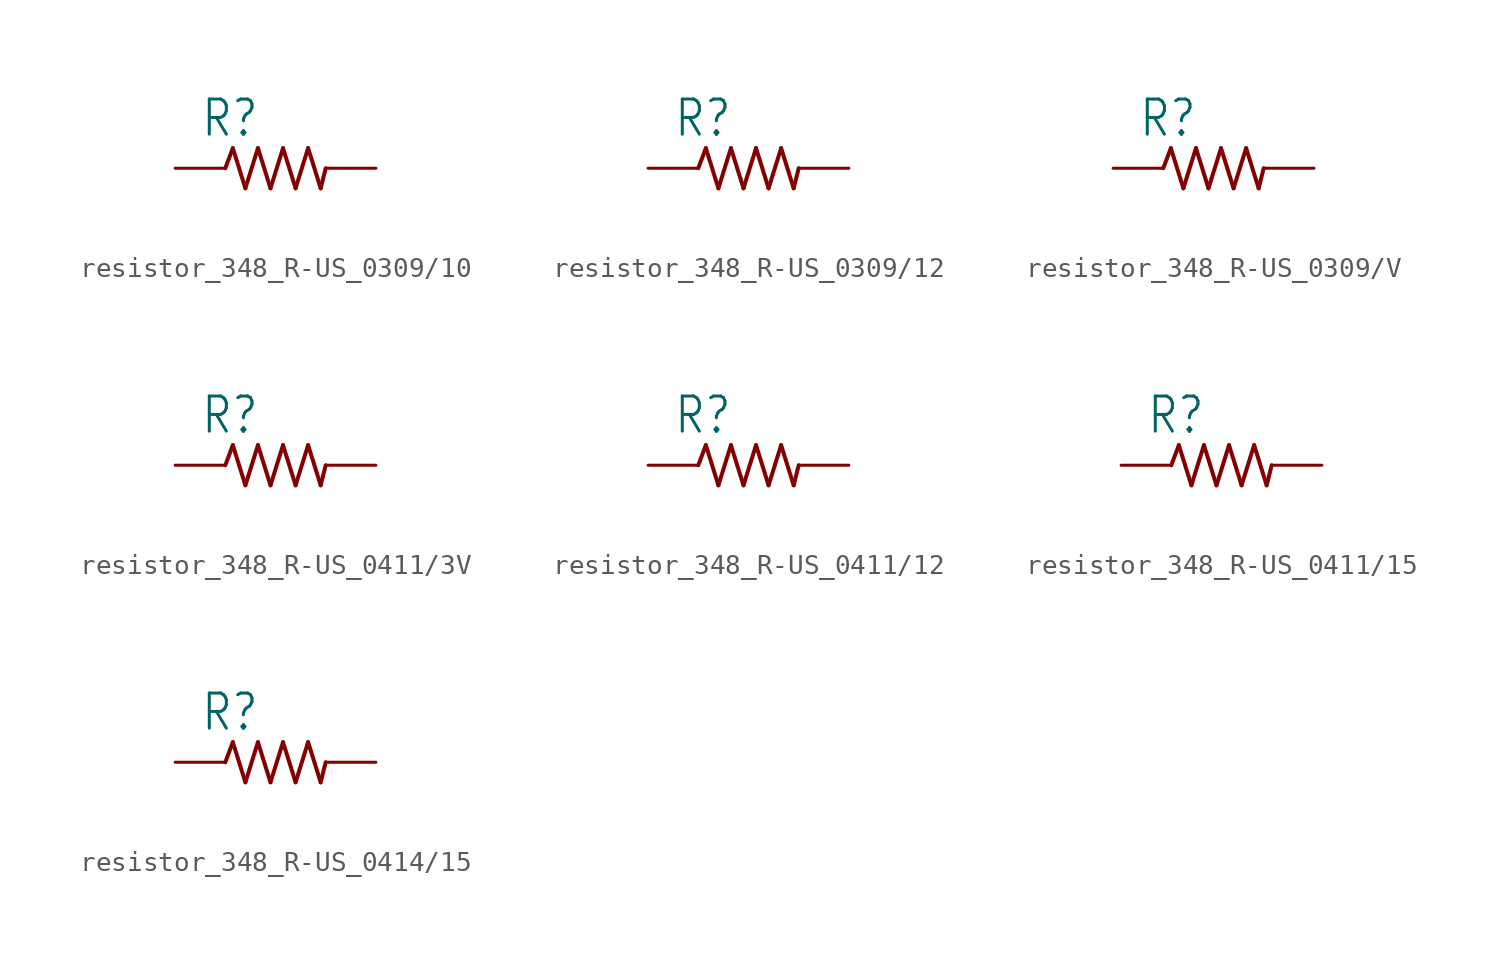
<source format=kicad_sym>
(kicad_symbol_lib
  (version 20241209)
  (generator "kicad_symbol_editor")
  (generator_version "9.0")
  (symbol "resistor_348_R-US_0309/10"
    (property "Reference" "R"
      (at -3.81 1.499 0)
      (effects (font (size 1.778 1.511)) (justify left bottom)))
    (property "Value" ""
      (at -3.81 -3.302 0)
      (effects (font (size 1.778 1.511)) (justify left bottom)))
    (property "ki_locked" ""
      (at 0 0 0)
      (effects (font (size 1.27 1.27))))
    (symbol "resistor_348_R-US_0309/10_1_0"
      (polyline (pts (xy -2.54 0) (xy -2.159 1.016)) (stroke (width 0.203) (type solid)) (fill (type none)))
      (polyline (pts (xy -2.159 1.016) (xy -1.524 -1.016)) (stroke (width 0.203) (type solid)) (fill (type none)))
      (polyline (pts (xy -1.524 -1.016) (xy -0.889 1.016)) (stroke (width 0.203) (type solid)) (fill (type none)))
      (polyline (pts (xy -0.889 1.016) (xy -0.254 -1.016)) (stroke (width 0.203) (type solid)) (fill (type none)))
      (polyline (pts (xy -0.254 -1.016) (xy 0.381 1.016)) (stroke (width 0.203) (type solid)) (fill (type none)))
      (polyline (pts (xy 0.381 1.016) (xy 1.016 -1.016)) (stroke (width 0.203) (type solid)) (fill (type none)))
      (polyline (pts (xy 1.016 -1.016) (xy 1.651 1.016)) (stroke (width 0.203) (type solid)) (fill (type none)))
      (polyline (pts (xy 1.651 1.016) (xy 2.286 -1.016)) (stroke (width 0.203) (type solid)) (fill (type none)))
      (polyline (pts (xy 2.286 -1.016) (xy 2.54 0)) (stroke (width 0.203) (type solid)) (fill (type none)))
      (pin passive line (at -5.08 0 0) (length 2.54) (name "1" (effects (font (size 0 0)))) (number "1" (effects (font (size 0 0)))))
      (pin passive line (at 5.08 0 180) (length 2.54) (name "2" (effects (font (size 0 0)))) (number "2" (effects (font (size 0 0)))))))
  (symbol "resistor_348_R-US_0309/12"
    (property "Reference" "R"
      (at -3.81 1.499 0)
      (effects (font (size 1.778 1.511)) (justify left bottom)))
    (property "Value" ""
      (at -3.81 -3.302 0)
      (effects (font (size 1.778 1.511)) (justify left bottom)))
    (property "ki_locked" ""
      (at 0 0 0)
      (effects (font (size 1.27 1.27))))
    (symbol "resistor_348_R-US_0309/12_1_0"
      (polyline (pts (xy -2.54 0) (xy -2.159 1.016)) (stroke (width 0.203) (type solid)) (fill (type none)))
      (polyline (pts (xy -2.159 1.016) (xy -1.524 -1.016)) (stroke (width 0.203) (type solid)) (fill (type none)))
      (polyline (pts (xy -1.524 -1.016) (xy -0.889 1.016)) (stroke (width 0.203) (type solid)) (fill (type none)))
      (polyline (pts (xy -0.889 1.016) (xy -0.254 -1.016)) (stroke (width 0.203) (type solid)) (fill (type none)))
      (polyline (pts (xy -0.254 -1.016) (xy 0.381 1.016)) (stroke (width 0.203) (type solid)) (fill (type none)))
      (polyline (pts (xy 0.381 1.016) (xy 1.016 -1.016)) (stroke (width 0.203) (type solid)) (fill (type none)))
      (polyline (pts (xy 1.016 -1.016) (xy 1.651 1.016)) (stroke (width 0.203) (type solid)) (fill (type none)))
      (polyline (pts (xy 1.651 1.016) (xy 2.286 -1.016)) (stroke (width 0.203) (type solid)) (fill (type none)))
      (polyline (pts (xy 2.286 -1.016) (xy 2.54 0)) (stroke (width 0.203) (type solid)) (fill (type none)))
      (pin passive line (at -5.08 0 0) (length 2.54) (name "1" (effects (font (size 0 0)))) (number "1" (effects (font (size 0 0)))))
      (pin passive line (at 5.08 0 180) (length 2.54) (name "2" (effects (font (size 0 0)))) (number "2" (effects (font (size 0 0)))))))
  (symbol "resistor_348_R-US_0309/V"
    (property "Reference" "R"
      (at -3.81 1.499 0)
      (effects (font (size 1.778 1.511)) (justify left bottom)))
    (property "Value" ""
      (at -3.81 -3.302 0)
      (effects (font (size 1.778 1.511)) (justify left bottom)))
    (property "ki_locked" ""
      (at 0 0 0)
      (effects (font (size 1.27 1.27))))
    (symbol "resistor_348_R-US_0309/V_1_0"
      (polyline (pts (xy -2.54 0) (xy -2.159 1.016)) (stroke (width 0.203) (type solid)) (fill (type none)))
      (polyline (pts (xy -2.159 1.016) (xy -1.524 -1.016)) (stroke (width 0.203) (type solid)) (fill (type none)))
      (polyline (pts (xy -1.524 -1.016) (xy -0.889 1.016)) (stroke (width 0.203) (type solid)) (fill (type none)))
      (polyline (pts (xy -0.889 1.016) (xy -0.254 -1.016)) (stroke (width 0.203) (type solid)) (fill (type none)))
      (polyline (pts (xy -0.254 -1.016) (xy 0.381 1.016)) (stroke (width 0.203) (type solid)) (fill (type none)))
      (polyline (pts (xy 0.381 1.016) (xy 1.016 -1.016)) (stroke (width 0.203) (type solid)) (fill (type none)))
      (polyline (pts (xy 1.016 -1.016) (xy 1.651 1.016)) (stroke (width 0.203) (type solid)) (fill (type none)))
      (polyline (pts (xy 1.651 1.016) (xy 2.286 -1.016)) (stroke (width 0.203) (type solid)) (fill (type none)))
      (polyline (pts (xy 2.286 -1.016) (xy 2.54 0)) (stroke (width 0.203) (type solid)) (fill (type none)))
      (pin passive line (at -5.08 0 0) (length 2.54) (name "1" (effects (font (size 0 0)))) (number "1" (effects (font (size 0 0)))))
      (pin passive line (at 5.08 0 180) (length 2.54) (name "2" (effects (font (size 0 0)))) (number "2" (effects (font (size 0 0)))))))
  (symbol "resistor_348_R-US_0411/3V"
    (property "Reference" "R"
      (at -3.81 1.499 0)
      (effects (font (size 1.778 1.511)) (justify left bottom)))
    (property "Value" ""
      (at -3.81 -3.302 0)
      (effects (font (size 1.778 1.511)) (justify left bottom)))
    (property "ki_locked" ""
      (at 0 0 0)
      (effects (font (size 1.27 1.27))))
    (symbol "resistor_348_R-US_0411/3V_1_0"
      (polyline (pts (xy -2.54 0) (xy -2.159 1.016)) (stroke (width 0.203) (type solid)) (fill (type none)))
      (polyline (pts (xy -2.159 1.016) (xy -1.524 -1.016)) (stroke (width 0.203) (type solid)) (fill (type none)))
      (polyline (pts (xy -1.524 -1.016) (xy -0.889 1.016)) (stroke (width 0.203) (type solid)) (fill (type none)))
      (polyline (pts (xy -0.889 1.016) (xy -0.254 -1.016)) (stroke (width 0.203) (type solid)) (fill (type none)))
      (polyline (pts (xy -0.254 -1.016) (xy 0.381 1.016)) (stroke (width 0.203) (type solid)) (fill (type none)))
      (polyline (pts (xy 0.381 1.016) (xy 1.016 -1.016)) (stroke (width 0.203) (type solid)) (fill (type none)))
      (polyline (pts (xy 1.016 -1.016) (xy 1.651 1.016)) (stroke (width 0.203) (type solid)) (fill (type none)))
      (polyline (pts (xy 1.651 1.016) (xy 2.286 -1.016)) (stroke (width 0.203) (type solid)) (fill (type none)))
      (polyline (pts (xy 2.286 -1.016) (xy 2.54 0)) (stroke (width 0.203) (type solid)) (fill (type none)))
      (pin passive line (at -5.08 0 0) (length 2.54) (name "1" (effects (font (size 0 0)))) (number "1" (effects (font (size 0 0)))))
      (pin passive line (at 5.08 0 180) (length 2.54) (name "2" (effects (font (size 0 0)))) (number "2" (effects (font (size 0 0)))))))
  (symbol "resistor_348_R-US_0411/12"
    (property "Reference" "R"
      (at -3.81 1.499 0)
      (effects (font (size 1.778 1.511)) (justify left bottom)))
    (property "Value" ""
      (at -3.81 -3.302 0)
      (effects (font (size 1.778 1.511)) (justify left bottom)))
    (property "ki_locked" ""
      (at 0 0 0)
      (effects (font (size 1.27 1.27))))
    (symbol "resistor_348_R-US_0411/12_1_0"
      (polyline (pts (xy -2.54 0) (xy -2.159 1.016)) (stroke (width 0.203) (type solid)) (fill (type none)))
      (polyline (pts (xy -2.159 1.016) (xy -1.524 -1.016)) (stroke (width 0.203) (type solid)) (fill (type none)))
      (polyline (pts (xy -1.524 -1.016) (xy -0.889 1.016)) (stroke (width 0.203) (type solid)) (fill (type none)))
      (polyline (pts (xy -0.889 1.016) (xy -0.254 -1.016)) (stroke (width 0.203) (type solid)) (fill (type none)))
      (polyline (pts (xy -0.254 -1.016) (xy 0.381 1.016)) (stroke (width 0.203) (type solid)) (fill (type none)))
      (polyline (pts (xy 0.381 1.016) (xy 1.016 -1.016)) (stroke (width 0.203) (type solid)) (fill (type none)))
      (polyline (pts (xy 1.016 -1.016) (xy 1.651 1.016)) (stroke (width 0.203) (type solid)) (fill (type none)))
      (polyline (pts (xy 1.651 1.016) (xy 2.286 -1.016)) (stroke (width 0.203) (type solid)) (fill (type none)))
      (polyline (pts (xy 2.286 -1.016) (xy 2.54 0)) (stroke (width 0.203) (type solid)) (fill (type none)))
      (pin passive line (at -5.08 0 0) (length 2.54) (name "1" (effects (font (size 0 0)))) (number "1" (effects (font (size 0 0)))))
      (pin passive line (at 5.08 0 180) (length 2.54) (name "2" (effects (font (size 0 0)))) (number "2" (effects (font (size 0 0)))))))
  (symbol "resistor_348_R-US_0411/15"
    (property "Reference" "R"
      (at -3.81 1.499 0)
      (effects (font (size 1.778 1.511)) (justify left bottom)))
    (property "Value" ""
      (at -3.81 -3.302 0)
      (effects (font (size 1.778 1.511)) (justify left bottom)))
    (property "ki_locked" ""
      (at 0 0 0)
      (effects (font (size 1.27 1.27))))
    (symbol "resistor_348_R-US_0411/15_1_0"
      (polyline (pts (xy -2.54 0) (xy -2.159 1.016)) (stroke (width 0.203) (type solid)) (fill (type none)))
      (polyline (pts (xy -2.159 1.016) (xy -1.524 -1.016)) (stroke (width 0.203) (type solid)) (fill (type none)))
      (polyline (pts (xy -1.524 -1.016) (xy -0.889 1.016)) (stroke (width 0.203) (type solid)) (fill (type none)))
      (polyline (pts (xy -0.889 1.016) (xy -0.254 -1.016)) (stroke (width 0.203) (type solid)) (fill (type none)))
      (polyline (pts (xy -0.254 -1.016) (xy 0.381 1.016)) (stroke (width 0.203) (type solid)) (fill (type none)))
      (polyline (pts (xy 0.381 1.016) (xy 1.016 -1.016)) (stroke (width 0.203) (type solid)) (fill (type none)))
      (polyline (pts (xy 1.016 -1.016) (xy 1.651 1.016)) (stroke (width 0.203) (type solid)) (fill (type none)))
      (polyline (pts (xy 1.651 1.016) (xy 2.286 -1.016)) (stroke (width 0.203) (type solid)) (fill (type none)))
      (polyline (pts (xy 2.286 -1.016) (xy 2.54 0)) (stroke (width 0.203) (type solid)) (fill (type none)))
      (pin passive line (at -5.08 0 0) (length 2.54) (name "1" (effects (font (size 0 0)))) (number "1" (effects (font (size 0 0)))))
      (pin passive line (at 5.08 0 180) (length 2.54) (name "2" (effects (font (size 0 0)))) (number "2" (effects (font (size 0 0)))))))
  (symbol "resistor_348_R-US_0414/15"
    (property "Reference" "R"
      (at -3.81 1.499 0)
      (effects (font (size 1.778 1.511)) (justify left bottom)))
    (property "Value" ""
      (at -3.81 -3.302 0)
      (effects (font (size 1.778 1.511)) (justify left bottom)))
    (property "ki_locked" ""
      (at 0 0 0)
      (effects (font (size 1.27 1.27))))
    (symbol "resistor_348_R-US_0414/15_1_0"
      (polyline (pts (xy -2.54 0) (xy -2.159 1.016)) (stroke (width 0.203) (type solid)) (fill (type none)))
      (polyline (pts (xy -2.159 1.016) (xy -1.524 -1.016)) (stroke (width 0.203) (type solid)) (fill (type none)))
      (polyline (pts (xy -1.524 -1.016) (xy -0.889 1.016)) (stroke (width 0.203) (type solid)) (fill (type none)))
      (polyline (pts (xy -0.889 1.016) (xy -0.254 -1.016)) (stroke (width 0.203) (type solid)) (fill (type none)))
      (polyline (pts (xy -0.254 -1.016) (xy 0.381 1.016)) (stroke (width 0.203) (type solid)) (fill (type none)))
      (polyline (pts (xy 0.381 1.016) (xy 1.016 -1.016)) (stroke (width 0.203) (type solid)) (fill (type none)))
      (polyline (pts (xy 1.016 -1.016) (xy 1.651 1.016)) (stroke (width 0.203) (type solid)) (fill (type none)))
      (polyline (pts (xy 1.651 1.016) (xy 2.286 -1.016)) (stroke (width 0.203) (type solid)) (fill (type none)))
      (polyline (pts (xy 2.286 -1.016) (xy 2.54 0)) (stroke (width 0.203) (type solid)) (fill (type none)))
      (pin passive line (at -5.08 0 0) (length 2.54) (name "1" (effects (font (size 0 0)))) (number "1" (effects (font (size 0 0)))))
      (pin passive line (at 5.08 0 180) (length 2.54) (name "2" (effects (font (size 0 0)))) (number "2" (effects (font (size 0 0))))))))
</source>
